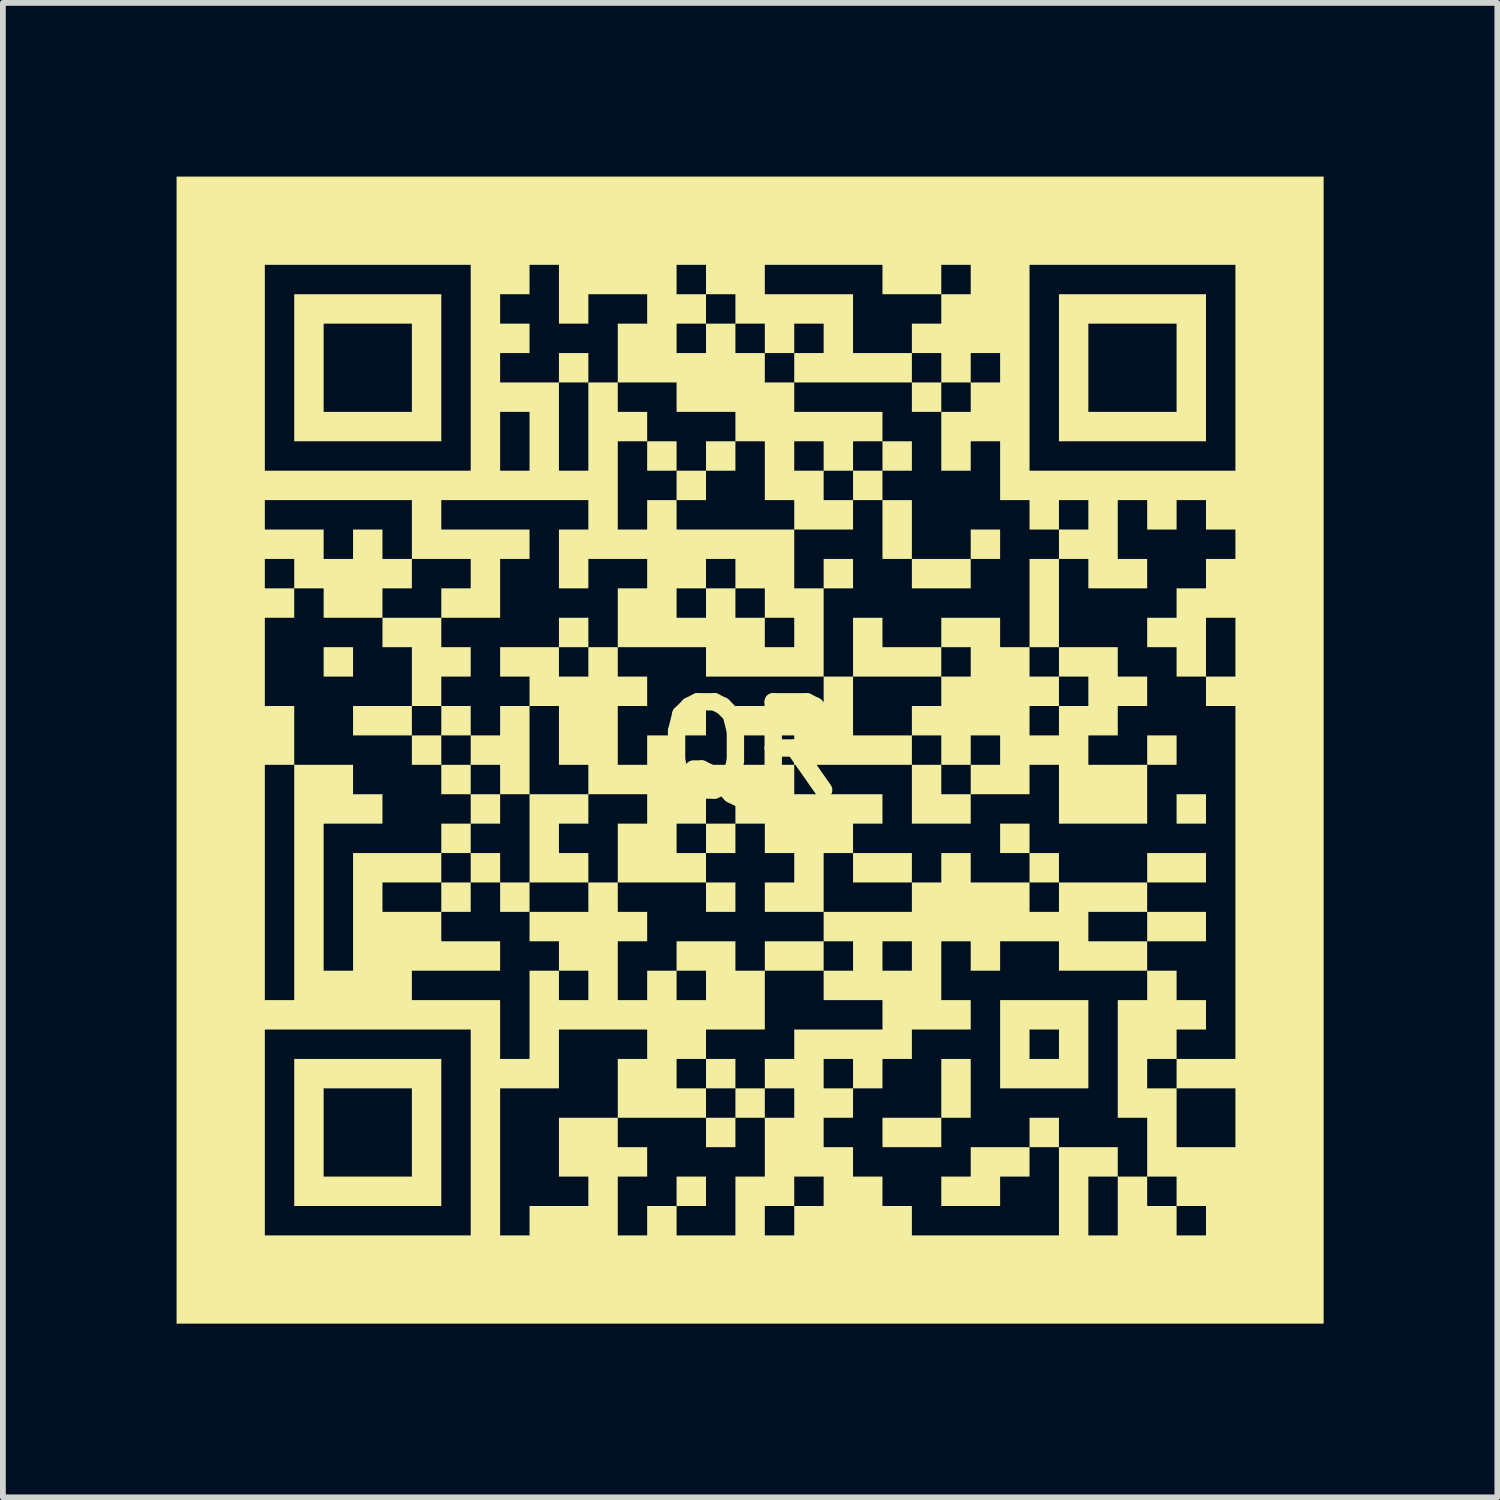
<source format=kicad_pcb>
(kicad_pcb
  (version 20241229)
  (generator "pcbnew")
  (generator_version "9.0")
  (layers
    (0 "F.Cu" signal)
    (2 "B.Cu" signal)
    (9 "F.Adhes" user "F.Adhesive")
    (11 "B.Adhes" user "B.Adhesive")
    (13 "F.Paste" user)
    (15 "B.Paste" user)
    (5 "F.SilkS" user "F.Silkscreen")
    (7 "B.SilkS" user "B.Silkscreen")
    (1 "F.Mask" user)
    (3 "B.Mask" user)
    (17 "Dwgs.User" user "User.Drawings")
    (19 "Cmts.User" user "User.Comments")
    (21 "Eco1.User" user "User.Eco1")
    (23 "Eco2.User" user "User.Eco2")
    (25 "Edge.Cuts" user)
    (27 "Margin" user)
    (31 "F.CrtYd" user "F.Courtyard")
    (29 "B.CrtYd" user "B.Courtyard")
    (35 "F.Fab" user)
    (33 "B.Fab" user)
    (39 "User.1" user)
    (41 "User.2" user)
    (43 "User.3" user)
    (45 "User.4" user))
  (footprint "QR"
    (layer "F.Cu")
    (at 9.906 9.906)
    (property "Reference" "QR" (at 0 0 0) (layer "F.SilkS") (effects (font (size 1.524 1.524) (thickness 0.3))))
    (attr board_only exclude_from_pos_files exclude_from_bom)
    (fp_poly (pts (xy -6.858 -1.27) (xy -7.366 -1.27) (xy -7.366 -1.778) (xy -6.858 -1.778)) (stroke (width 0) (type solid)) (fill yes) (layer "F.SilkS"))
    (fp_poly (pts (xy -4.826 2.794) (xy -5.334 2.794) (xy -5.334 2.286) (xy -4.826 2.286)) (stroke (width 0) (type solid)) (fill yes) (layer "F.SilkS"))
    (fp_poly (pts (xy -2.794 -6.35) (xy -3.302 -6.35) (xy -3.302 -6.858) (xy -2.794 -6.858)) (stroke (width 0) (type solid)) (fill yes) (layer "F.SilkS"))
    (fp_poly (pts (xy -1.27 -4.826) (xy -1.778 -4.826) (xy -1.778 -5.334) (xy -1.27 -5.334)) (stroke (width 0) (type solid)) (fill yes) (layer "F.SilkS"))
    (fp_poly (pts (xy -0.762 -4.318) (xy -1.27 -4.318) (xy -1.27 -4.826) (xy -0.762 -4.826)) (stroke (width 0) (type solid)) (fill yes) (layer "F.SilkS"))
    (fp_poly (pts (xy -0.762 -0.254) (xy -1.27 -0.254) (xy -1.27 -0.762) (xy -0.762 -0.762)) (stroke (width 0) (type solid)) (fill yes) (layer "F.SilkS"))
    (fp_poly (pts (xy -0.762 7.874) (xy -1.27 7.874) (xy -1.27 7.366) (xy -0.762 7.366)) (stroke (width 0) (type solid)) (fill yes) (layer "F.SilkS"))
    (fp_poly (pts (xy -0.254 -4.826) (xy -0.762 -4.826) (xy -0.762 -5.334) (xy -0.254 -5.334)) (stroke (width 0) (type solid)) (fill yes) (layer "F.SilkS"))
    (fp_poly (pts (xy -0.254 2.794) (xy -0.762 2.794) (xy -0.762 2.286) (xy -0.254 2.286)) (stroke (width 0) (type solid)) (fill yes) (layer "F.SilkS"))
    (fp_poly (pts (xy -0.254 5.842) (xy -0.762 5.842) (xy -0.762 5.334) (xy -0.254 5.334)) (stroke (width 0) (type solid)) (fill yes) (layer "F.SilkS"))
    (fp_poly (pts (xy -0.254 6.858) (xy -0.762 6.858) (xy -0.762 6.35) (xy -0.254 6.35)) (stroke (width 0) (type solid)) (fill yes) (layer "F.SilkS"))
    (fp_poly (pts (xy 0.254 6.35) (xy -0.254 6.35) (xy -0.254 5.842) (xy 0.254 5.842)) (stroke (width 0) (type solid)) (fill yes) (layer "F.SilkS"))
    (fp_poly (pts (xy 1.27 3.81) (xy 0.254 3.81) (xy 0.254 3.302) (xy 1.27 3.302)) (stroke (width 0) (type solid)) (fill yes) (layer "F.SilkS"))
    (fp_poly (pts (xy 1.778 -2.794) (xy 1.27 -2.794) (xy 1.27 -3.302) (xy 1.778 -3.302)) (stroke (width 0) (type solid)) (fill yes) (layer "F.SilkS"))
    (fp_poly (pts (xy 2.286 -4.318) (xy 1.778 -4.318) (xy 1.778 -4.826) (xy 2.286 -4.826)) (stroke (width 0) (type solid)) (fill yes) (layer "F.SilkS"))
    (fp_poly (pts (xy 2.794 -4.826) (xy 2.286 -4.826) (xy 2.286 -5.334) (xy 2.794 -5.334)) (stroke (width 0) (type solid)) (fill yes) (layer "F.SilkS"))
    (fp_poly (pts (xy 2.794 -3.302) (xy 2.286 -3.302) (xy 2.286 -4.318) (xy 2.794 -4.318)) (stroke (width 0) (type solid)) (fill yes) (layer "F.SilkS"))
    (fp_poly (pts (xy 2.794 2.286) (xy 1.778 2.286) (xy 1.778 1.778) (xy 2.794 1.778)) (stroke (width 0) (type solid)) (fill yes) (layer "F.SilkS"))
    (fp_poly (pts (xy 3.302 -5.842) (xy 2.794 -5.842) (xy 2.794 -6.35) (xy 3.302 -6.35)) (stroke (width 0) (type solid)) (fill yes) (layer "F.SilkS"))
    (fp_poly (pts (xy 3.302 6.858) (xy 2.286 6.858) (xy 2.286 6.35) (xy 3.302 6.35)) (stroke (width 0) (type solid)) (fill yes) (layer "F.SilkS"))
    (fp_poly (pts (xy 3.81 -2.794) (xy 2.794 -2.794) (xy 2.794 -3.302) (xy 3.81 -3.302)) (stroke (width 0) (type solid)) (fill yes) (layer "F.SilkS"))
    (fp_poly (pts (xy 3.81 6.35) (xy 3.302 6.35) (xy 3.302 5.334) (xy 3.81 5.334)) (stroke (width 0) (type solid)) (fill yes) (layer "F.SilkS"))
    (fp_poly (pts (xy 4.318 -3.302) (xy 3.81 -3.302) (xy 3.81 -3.81) (xy 4.318 -3.81)) (stroke (width 0) (type solid)) (fill yes) (layer "F.SilkS"))
    (fp_poly (pts (xy 4.826 1.778) (xy 4.318 1.778) (xy 4.318 1.27) (xy 4.826 1.27)) (stroke (width 0) (type solid)) (fill yes) (layer "F.SilkS"))
    (fp_poly (pts (xy 5.334 2.286) (xy 4.826 2.286) (xy 4.826 1.778) (xy 5.334 1.778)) (stroke (width 0) (type solid)) (fill yes) (layer "F.SilkS"))
    (fp_poly (pts (xy 5.334 6.858) (xy 4.826 6.858) (xy 4.826 6.35) (xy 5.334 6.35)) (stroke (width 0) (type solid)) (fill yes) (layer "F.SilkS"))
    (fp_poly (pts (xy 7.366 0.254) (xy 6.858 0.254) (xy 6.858 -0.254) (xy 7.366 -0.254)) (stroke (width 0) (type solid)) (fill yes) (layer "F.SilkS"))
    (fp_poly (pts (xy 7.874 1.27) (xy 7.366 1.27) (xy 7.366 0.762) (xy 7.874 0.762)) (stroke (width 0) (type solid)) (fill yes) (layer "F.SilkS"))
    (fp_poly (pts (xy 7.874 2.286) (xy 6.858 2.286) (xy 6.858 1.778) (xy 7.874 1.778)) (stroke (width 0) (type solid)) (fill yes) (layer "F.SilkS"))
    (fp_poly (pts (xy 7.874 3.302) (xy 6.858 3.302) (xy 6.858 2.794) (xy 7.874 2.794)) (stroke (width 0) (type solid)) (fill yes) (layer "F.SilkS"))
    (fp_poly (pts (xy 4.826 7.366) (xy 4.318 7.366) (xy 4.318 7.874) (xy 3.302 7.874) (xy 3.302 7.366) (xy 3.81 7.366) (xy 3.81 6.858) (xy 4.826 6.858)) (stroke (width 0) (type solid)) (fill yes) (layer "F.SilkS"))
    (fp_poly (pts (xy -5.334 -5.334) (xy -7.874 -5.334) (xy -7.874 -5.842) (xy -7.366 -5.842) (xy -5.842 -5.842) (xy -5.842 -7.366) (xy -7.366 -7.366) (xy -7.366 -5.842) (xy -7.874 -5.842) (xy -7.874 -7.874) (xy -5.334 -7.874)) (stroke (width 0) (type solid)) (fill yes) (layer "F.SilkS"))
    (fp_poly (pts (xy -5.334 7.874) (xy -7.874 7.874) (xy -7.874 7.366) (xy -7.366 7.366) (xy -5.842 7.366) (xy -5.842 5.842) (xy -7.366 5.842) (xy -7.366 7.366) (xy -7.874 7.366) (xy -7.874 5.334) (xy -5.334 5.334)) (stroke (width 0) (type solid)) (fill yes) (layer "F.SilkS"))
    (fp_poly (pts (xy 5.842 5.842) (xy 4.318 5.842) (xy 4.318 5.334) (xy 4.826 5.334) (xy 5.334 5.334) (xy 5.334 4.826) (xy 4.826 4.826) (xy 4.826 5.334) (xy 4.318 5.334) (xy 4.318 4.318) (xy 5.842 4.318)) (stroke (width 0) (type solid)) (fill yes) (layer "F.SilkS"))
    (fp_poly (pts (xy 7.874 -5.334) (xy 5.334 -5.334) (xy 5.334 -5.842) (xy 5.842 -5.842) (xy 7.366 -5.842) (xy 7.366 -7.366) (xy 5.842 -7.366) (xy 5.842 -5.842) (xy 5.334 -5.842) (xy 5.334 -7.874) (xy 7.874 -7.874)) (stroke (width 0) (type solid)) (fill yes) (layer "F.SilkS"))
    (fp_poly (pts (xy 6.35 -1.778) (xy 6.35 -1.27) (xy 6.858 -1.27) (xy 6.858 -0.762) (xy 6.35 -0.762) (xy 6.35 -0.254) (xy 5.842 -0.254) (xy 5.842 0.254) (xy 6.858 0.254) (xy 6.858 1.27) (xy 5.334 1.27) (xy 5.334 0.254) (xy 4.826 0.254) (xy 4.826 0.762) (xy 3.81 0.762) (xy 3.81 1.27) (xy 2.794 1.27) (xy 2.794 0.762) (xy 3.302 0.762) (xy 3.81 0.762) (xy 3.81 0.254) (xy 4.318 0.254) (xy 4.318 -0.254) (xy 4.826 -0.254) (xy 5.334 -0.254) (xy 5.334 -0.762) (xy 5.842 -0.762) (xy 5.842 -1.27) (xy 5.334 -1.27) (xy 5.334 -0.762) (xy 4.826 -0.762) (xy 4.826 -0.254) (xy 4.318 -0.254) (xy 3.81 -0.254) (xy 3.81 0.254) (xy 3.302 0.254) (xy 3.302 0.762) (xy 2.794 0.762) (xy 2.794 0.254) (xy 3.302 0.254) (xy 3.302 -0.254) (xy 2.794 -0.254) (xy 2.794 0.254) (xy 0.762 0.254) (xy 0.762 -0.254) (xy 1.778 -0.254) (xy 2.794 -0.254) (xy 2.794 -0.762) (xy 3.302 -0.762) (xy 3.302 -1.27) (xy 3.81 -1.27) (xy 4.826 -1.27) (xy 5.334 -1.27) (xy 5.334 -1.778) (xy 4.826 -1.778) (xy 4.826 -1.27) (xy 3.81 -1.27) (xy 3.81 -1.778) (xy 3.302 -1.778) (xy 3.302 -1.27) (xy 1.778 -1.27) (xy 1.778 -0.254) (xy 0.762 -0.254) (xy -0.254 -0.254) (xy -0.254 -0.762) (xy 1.27 -0.762) (xy 1.27 -1.27) (xy 1.778 -1.27) (xy 1.778 -2.286) (xy 2.286 -2.286) (xy 2.286 -1.778) (xy 3.302 -1.778) (xy 3.302 -2.286) (xy 4.318 -2.286) (xy 4.318 -1.778) (xy 4.826 -1.778) (xy 4.826 -3.302) (xy 5.334 -3.302) (xy 5.334 -1.778)) (stroke (width 0) (type solid)) (fill yes) (layer "F.SilkS"))
    (fp_poly (pts (xy -2.286 -1.778) (xy -2.286 -1.27) (xy -1.778 -1.27) (xy -1.778 -0.762) (xy -2.286 -0.762) (xy -2.286 0.254) (xy -1.778 0.254) (xy -1.778 -0.254) (xy -1.27 -0.254) (xy -1.27 0.254) (xy 0.762 0.254) (xy 0.762 0.762) (xy 2.286 0.762) (xy 2.286 1.27) (xy 1.778 1.27) (xy 1.778 1.778) (xy 1.27 1.778) (xy 1.27 2.794) (xy 0.254 2.794) (xy 0.254 2.286) (xy 0.762 2.286) (xy 0.762 1.778) (xy 0.254 1.778) (xy 0.254 1.27) (xy -0.254 1.27) (xy -0.254 1.778) (xy -0.762 1.778) (xy -0.762 2.286) (xy -2.286 2.286) (xy -2.286 1.778) (xy -1.27 1.778) (xy -0.762 1.778) (xy -0.762 1.27) (xy -0.254 1.27) (xy -0.254 0.762) (xy -0.762 0.762) (xy -0.762 1.27) (xy -1.27 1.27) (xy -1.27 1.778) (xy -2.286 1.778) (xy -2.286 1.27) (xy -1.778 1.27) (xy -1.778 0.762) (xy -2.794 0.762) (xy -2.794 1.27) (xy -3.302 1.27) (xy -3.302 1.778) (xy -2.794 1.778) (xy -2.794 2.286) (xy -3.81 2.286) (xy -3.81 2.794) (xy -4.318 2.794) (xy -4.318 2.286) (xy -4.826 2.286) (xy -4.826 1.778) (xy -4.318 1.778) (xy -4.318 2.286) (xy -3.81 2.286) (xy -3.81 0.762) (xy -2.794 0.762) (xy -2.794 0.254) (xy -3.302 0.254) (xy -3.302 -0.762) (xy -3.81 -0.762) (xy -3.81 0.762) (xy -4.318 0.762) (xy -4.318 1.27) (xy -4.826 1.27) (xy -4.826 1.778) (xy -5.334 1.778) (xy -5.334 1.27) (xy -4.826 1.27) (xy -4.826 0.762) (xy -4.318 0.762) (xy -4.318 0.254) (xy -4.826 0.254) (xy -4.826 0.762) (xy -5.334 0.762) (xy -5.334 0.254) (xy -4.826 0.254) (xy -4.826 -0.254) (xy -5.334 -0.254) (xy -5.334 0.254) (xy -5.842 0.254) (xy -5.842 -0.254) (xy -5.334 -0.254) (xy -5.334 -0.762) (xy -5.842 -0.762) (xy -5.842 -0.254) (xy -6.858 -0.254) (xy -6.858 -0.762) (xy -5.842 -0.762) (xy -5.842 -1.778) (xy -6.35 -1.778) (xy -6.35 -2.286) (xy -5.334 -2.286) (xy -5.334 -1.778) (xy -4.826 -1.778) (xy -4.826 -1.27) (xy -5.334 -1.27) (xy -5.334 -0.762) (xy -4.826 -0.762) (xy -4.826 -0.254) (xy -4.318 -0.254) (xy -4.318 -0.762) (xy -3.81 -0.762) (xy -3.81 -1.27) (xy -3.302 -1.27) (xy -2.794 -1.27) (xy -2.794 -1.778) (xy -3.302 -1.778) (xy -3.302 -1.27) (xy -3.81 -1.27) (xy -4.318 -1.27) (xy -4.318 -1.778) (xy -3.302 -1.778) (xy -3.302 -2.286) (xy -2.794 -2.286) (xy -2.794 -1.778)) (stroke (width 0) (type solid)) (fill yes) (layer "F.SilkS"))
    (fp_poly (pts (xy 9.906 9.906) (xy -9.906 9.906) (xy -9.906 8.382) (xy -8.382 8.382) (xy -4.826 8.382) (xy -4.318 8.382) (xy -3.81 8.382) (xy -3.81 7.874) (xy -2.794 7.874) (xy -2.794 7.366) (xy -3.302 7.366) (xy -3.302 6.35) (xy -2.286 6.35) (xy -2.286 5.334) (xy -1.778 5.334) (xy -1.778 4.826) (xy -3.302 4.826) (xy -3.302 5.842) (xy -4.318 5.842) (xy -4.318 8.382) (xy -4.826 8.382) (xy -4.826 4.826) (xy -8.382 4.826) (xy -8.382 8.382) (xy -9.906 8.382) (xy -9.906 4.318) (xy -8.382 4.318) (xy -7.874 4.318) (xy -7.874 0.254) (xy -8.382 0.254) (xy -8.382 4.318) (xy -9.906 4.318) (xy -9.906 -0.762) (xy -8.382 -0.762) (xy -7.874 -0.762) (xy -7.874 0.254) (xy -6.858 0.254) (xy -6.858 0.762) (xy -6.35 0.762) (xy -6.35 1.27) (xy -7.366 1.27) (xy -7.366 3.81) (xy -6.858 3.81) (xy -6.858 1.778) (xy -5.334 1.778) (xy -5.334 2.286) (xy -6.35 2.286) (xy -6.35 2.794) (xy -5.334 2.794) (xy -5.334 3.302) (xy -4.318 3.302) (xy -4.318 3.81) (xy -5.842 3.81) (xy -5.842 4.318) (xy -4.318 4.318) (xy -4.318 5.334) (xy -3.81 5.334) (xy -3.81 4.318) (xy -3.302 4.318) (xy -2.794 4.318) (xy -2.794 3.81) (xy -3.302 3.81) (xy -3.302 4.318) (xy -3.81 4.318) (xy -3.81 3.81) (xy -3.302 3.81) (xy -3.302 3.302) (xy -3.81 3.302) (xy -3.81 2.794) (xy -2.794 2.794) (xy -2.794 2.286) (xy -2.286 2.286) (xy -2.286 2.794) (xy -1.778 2.794) (xy -1.778 3.302) (xy -2.286 3.302) (xy -2.286 4.318) (xy -1.778 4.318) (xy -1.27 4.318) (xy -0.762 4.318) (xy -0.762 3.81) (xy -1.27 3.81) (xy -1.27 4.318) (xy -1.778 4.318) (xy -1.778 3.81) (xy -1.27 3.81) (xy -1.27 3.302) (xy -0.254 3.302) (xy -0.254 3.81) (xy 0.254 3.81) (xy 0.254 4.826) (xy -0.762 4.826) (xy -0.762 5.334) (xy -1.27 5.334) (xy -1.27 5.842) (xy -0.762 5.842) (xy -0.762 6.35) (xy -2.286 6.35) (xy -2.286 6.858) (xy -1.778 6.858) (xy -1.778 7.366) (xy -2.286 7.366) (xy -2.286 8.382) (xy -1.778 8.382) (xy -1.778 7.874) (xy -1.27 7.874) (xy -1.27 8.382) (xy -0.254 8.382) (xy 0.254 8.382) (xy 0.762 8.382) (xy 0.762 7.874) (xy 1.27 7.874) (xy 1.27 7.366) (xy 0.762 7.366) (xy 0.762 7.874) (xy 0.254 7.874) (xy 0.254 8.382) (xy -0.254 8.382) (xy -0.254 7.366) (xy 0.254 7.366) (xy 0.254 6.858) (xy 1.27 6.858) (xy 1.778 6.858) (xy 1.778 7.366) (xy 2.286 7.366) (xy 2.286 7.874) (xy 2.794 7.874) (xy 2.794 8.382) (xy 5.334 8.382) (xy 5.842 8.382) (xy 6.35 8.382) (xy 7.366 8.382) (xy 7.874 8.382) (xy 7.874 7.874) (xy 7.366 7.874) (xy 7.366 8.382) (xy 6.35 8.382) (xy 6.35 7.874) (xy 6.858 7.874) (xy 7.366 7.874) (xy 7.366 7.366) (xy 6.858 7.366) (xy 6.858 7.874) (xy 6.35 7.874) (xy 6.35 7.366) (xy 5.842 7.366) (xy 5.842 8.382) (xy 5.334 8.382) (xy 5.334 6.858) (xy 6.35 6.858) (xy 6.35 7.366) (xy 6.858 7.366) (xy 6.858 6.858) (xy 7.366 6.858) (xy 8.382 6.858) (xy 8.382 5.842) (xy 7.366 5.842) (xy 7.366 6.858) (xy 6.858 6.858) (xy 6.858 6.35) (xy 6.35 6.35) (xy 6.35 5.842) (xy 6.858 5.842) (xy 7.366 5.842) (xy 7.366 5.334) (xy 6.858 5.334) (xy 6.858 5.842) (xy 6.35 5.842) (xy 6.35 4.318) (xy 6.858 4.318) (xy 6.858 3.81) (xy 5.334 3.81) (xy 5.334 3.302) (xy 4.318 3.302) (xy 4.318 3.81) (xy 3.81 3.81) (xy 3.81 3.302) (xy 3.302 3.302) (xy 3.302 4.318) (xy 3.81 4.318) (xy 3.81 4.826) (xy 2.794 4.826) (xy 2.794 5.334) (xy 2.286 5.334) (xy 2.286 5.842) (xy 1.778 5.842) (xy 1.778 6.35) (xy 1.27 6.35) (xy 1.27 6.858) (xy 0.254 6.858) (xy 0.254 6.35) (xy 0.762 6.35) (xy 0.762 5.842) (xy 1.27 5.842) (xy 1.778 5.842) (xy 1.778 5.334) (xy 1.27 5.334) (xy 1.27 5.842) (xy 0.762 5.842) (xy 0.254 5.842) (xy 0.254 5.334) (xy 0.762 5.334) (xy 0.762 4.826) (xy 2.286 4.826) (xy 2.286 4.318) (xy 1.27 4.318) (xy 1.27 3.81) (xy 1.778 3.81) (xy 2.286 3.81) (xy 2.794 3.81) (xy 2.794 3.302) (xy 2.286 3.302) (xy 2.286 3.81) (xy 1.778 3.81) (xy 1.778 3.302) (xy 1.27 3.302) (xy 1.27 2.794) (xy 2.794 2.794) (xy 2.794 2.286) (xy 3.302 2.286) (xy 3.302 1.778) (xy 3.81 1.778) (xy 3.81 2.286) (xy 4.826 2.286) (xy 4.826 2.794) (xy 5.334 2.794) (xy 5.334 2.286) (xy 6.858 2.286) (xy 6.858 2.794) (xy 5.842 2.794) (xy 5.842 3.302) (xy 6.858 3.302) (xy 6.858 3.81) (xy 7.366 3.81) (xy 7.366 4.318) (xy 7.874 4.318) (xy 7.874 4.826) (xy 7.366 4.826) (xy 7.366 5.334) (xy 8.382 5.334) (xy 8.382 -0.762) (xy 7.874 -0.762) (xy 7.874 -1.27) (xy 8.382 -1.27) (xy 8.382 -2.286) (xy 7.874 -2.286) (xy 7.874 -1.27) (xy 7.366 -1.27) (xy 7.366 -1.778) (xy 6.858 -1.778) (xy 6.858 -2.286) (xy 7.366 -2.286) (xy 7.366 -2.794) (xy 7.874 -2.794) (xy 7.874 -3.302) (xy 8.382 -3.302) (xy 8.382 -3.81) (xy 7.874 -3.81) (xy 7.874 -4.318) (xy 7.366 -4.318) (xy 7.366 -3.81) (xy 6.858 -3.81) (xy 6.858 -4.318) (xy 6.35 -4.318) (xy 6.35 -3.302) (xy 6.858 -3.302) (xy 6.858 -2.794) (xy 5.842 -2.794) (xy 5.842 -3.302) (xy 5.334 -3.302) (xy 5.334 -3.81) (xy 5.842 -3.81) (xy 5.842 -4.318) (xy 5.334 -4.318) (xy 5.334 -3.81) (xy 4.826 -3.81) (xy 4.826 -4.318) (xy 4.318 -4.318) (xy 4.318 -4.826) (xy 4.826 -4.826) (xy 8.382 -4.826) (xy 8.382 -8.382) (xy 4.826 -8.382) (xy 4.826 -4.826) (xy 4.318 -4.826) (xy 4.318 -5.334) (xy 3.81 -5.334) (xy 3.81 -4.826) (xy 3.302 -4.826) (xy 3.302 -5.842) (xy 3.81 -5.842) (xy 3.81 -6.35) (xy 4.318 -6.35) (xy 4.318 -6.858) (xy 3.81 -6.858) (xy 3.81 -6.35) (xy 3.302 -6.35) (xy 3.302 -6.858) (xy 2.794 -6.858) (xy 2.794 -6.35) (xy 0.762 -6.35) (xy 0.762 -5.842) (xy 2.286 -5.842) (xy 2.286 -5.334) (xy 1.778 -5.334) (xy 1.778 -4.826) (xy 1.27 -4.826) (xy 1.27 -4.318) (xy 1.778 -4.318) (xy 1.778 -3.81) (xy 0.762 -3.81) (xy 0.762 -2.794) (xy 1.27 -2.794) (xy 1.27 -1.27) (xy -0.762 -1.27) (xy -0.762 -1.778) (xy 0.254 -1.778) (xy 0.762 -1.778) (xy 0.762 -2.286) (xy 0.254 -2.286) (xy 0.254 -1.778) (xy -0.762 -1.778) (xy -2.286 -1.778) (xy -2.286 -2.286) (xy -1.27 -2.286) (xy -0.762 -2.286) (xy -0.254 -2.286) (xy 0.254 -2.286) (xy 0.254 -2.794) (xy -0.254 -2.794) (xy -0.254 -2.286) (xy -0.762 -2.286) (xy -0.762 -2.794) (xy -0.254 -2.794) (xy -0.254 -3.302) (xy -0.762 -3.302) (xy -0.762 -2.794) (xy -1.27 -2.794) (xy -1.27 -2.286) (xy -2.286 -2.286) (xy -2.286 -2.794) (xy -1.778 -2.794) (xy -1.778 -3.302) (xy -2.794 -3.302) (xy -2.794 -2.794) (xy -3.302 -2.794) (xy -3.302 -3.81) (xy -2.794 -3.81) (xy -2.286 -3.81) (xy -1.778 -3.81) (xy -1.778 -4.318) (xy -1.27 -4.318) (xy -1.27 -3.81) (xy 0.762 -3.81) (xy 0.762 -4.318) (xy 0.254 -4.318) (xy 0.254 -4.826) (xy 0.762 -4.826) (xy 1.27 -4.826) (xy 1.27 -5.334) (xy 0.762 -5.334) (xy 0.762 -4.826) (xy 0.254 -4.826) (xy 0.254 -5.334) (xy -0.254 -5.334) (xy -0.254 -5.842) (xy -1.27 -5.842) (xy -1.27 -6.35) (xy 0.254 -6.35) (xy 0.762 -6.35) (xy 0.762 -6.858) (xy 1.27 -6.858) (xy 1.27 -7.366) (xy 0.762 -7.366) (xy 0.762 -6.858) (xy 0.254 -6.858) (xy 0.254 -6.35) (xy -1.27 -6.35) (xy -2.286 -6.35) (xy -2.286 -5.842) (xy -1.778 -5.842) (xy -1.778 -5.334) (xy -2.286 -5.334) (xy -2.286 -3.81) (xy -2.794 -3.81) (xy -2.794 -4.318) (xy -5.334 -4.318) (xy -5.334 -3.81) (xy -3.81 -3.81) (xy -3.81 -3.302) (xy -4.318 -3.302) (xy -4.318 -2.286) (xy -5.334 -2.286) (xy -5.334 -2.794) (xy -4.826 -2.794) (xy -4.826 -3.302) (xy -5.842 -3.302) (xy -5.842 -2.794) (xy -6.35 -2.794) (xy -6.35 -2.286) (xy -7.366 -2.286) (xy -7.366 -2.794) (xy -7.874 -2.794) (xy -7.874 -2.286) (xy -8.382 -2.286) (xy -8.382 -0.762) (xy -9.906 -0.762) (xy -9.906 -2.794) (xy -8.382 -2.794) (xy -7.874 -2.794) (xy -7.874 -3.302) (xy -8.382 -3.302) (xy -8.382 -2.794) (xy -9.906 -2.794) (xy -9.906 -3.81) (xy -8.382 -3.81) (xy -7.366 -3.81) (xy -7.366 -3.302) (xy -6.858 -3.302) (xy -6.858 -3.81) (xy -6.35 -3.81) (xy -6.35 -3.302) (xy -5.842 -3.302) (xy -5.842 -4.318) (xy -8.382 -4.318) (xy -8.382 -3.81) (xy -9.906 -3.81) (xy -9.906 -4.826) (xy -8.382 -4.826) (xy -4.826 -4.826) (xy -4.318 -4.826) (xy -3.81 -4.826) (xy -3.81 -5.842) (xy -4.318 -5.842) (xy -4.318 -4.826) (xy -4.826 -4.826) (xy -4.826 -6.35) (xy -4.318 -6.35) (xy -3.302 -6.35) (xy -3.302 -4.826) (xy -2.794 -4.826) (xy -2.794 -6.35) (xy -2.286 -6.35) (xy -2.286 -6.858) (xy -1.27 -6.858) (xy -0.762 -6.858) (xy -0.254 -6.858) (xy 0.254 -6.858) (xy 0.254 -7.366) (xy -0.254 -7.366) (xy -0.254 -6.858) (xy -0.762 -6.858) (xy -0.762 -7.366) (xy -0.254 -7.366) (xy -0.254 -7.874) (xy 0.254 -7.874) (xy 1.778 -7.874) (xy 1.778 -6.858) (xy 2.794 -6.858) (xy 2.794 -7.366) (xy 3.302 -7.366) (xy 3.302 -7.874) (xy 3.81 -7.874) (xy 3.81 -8.382) (xy 3.302 -8.382) (xy 3.302 -7.874) (xy 2.286 -7.874) (xy 2.286 -8.382) (xy 0.254 -8.382) (xy 0.254 -7.874) (xy -0.254 -7.874) (xy -0.762 -7.874) (xy -0.762 -7.366) (xy -1.27 -7.366) (xy -1.27 -6.858) (xy -2.286 -6.858) (xy -2.286 -7.366) (xy -1.778 -7.366) (xy -1.778 -7.874) (xy -1.27 -7.874) (xy -0.762 -7.874) (xy -0.762 -8.382) (xy -1.27 -8.382) (xy -1.27 -7.874) (xy -1.778 -7.874) (xy -2.794 -7.874) (xy -2.794 -7.366) (xy -3.302 -7.366) (xy -3.302 -8.382) (xy -3.81 -8.382) (xy -3.81 -7.874) (xy -4.318 -7.874) (xy -4.318 -7.366) (xy -3.81 -7.366) (xy -3.81 -6.858) (xy -4.318 -6.858) (xy -4.318 -6.35) (xy -4.826 -6.35) (xy -4.826 -8.382) (xy -8.382 -8.382) (xy -8.382 -4.826) (xy -9.906 -4.826) (xy -9.906 -9.906) (xy 9.906 -9.906)) (stroke (width 0) (type solid)) (fill yes) (layer "F.SilkS")))
  (gr_rect
    (start -3 -3)
    (end 22.812 22.812)
    (stroke (width 0.1) (type default))
    (fill no)
    (layer "Edge.Cuts")))
</source>
